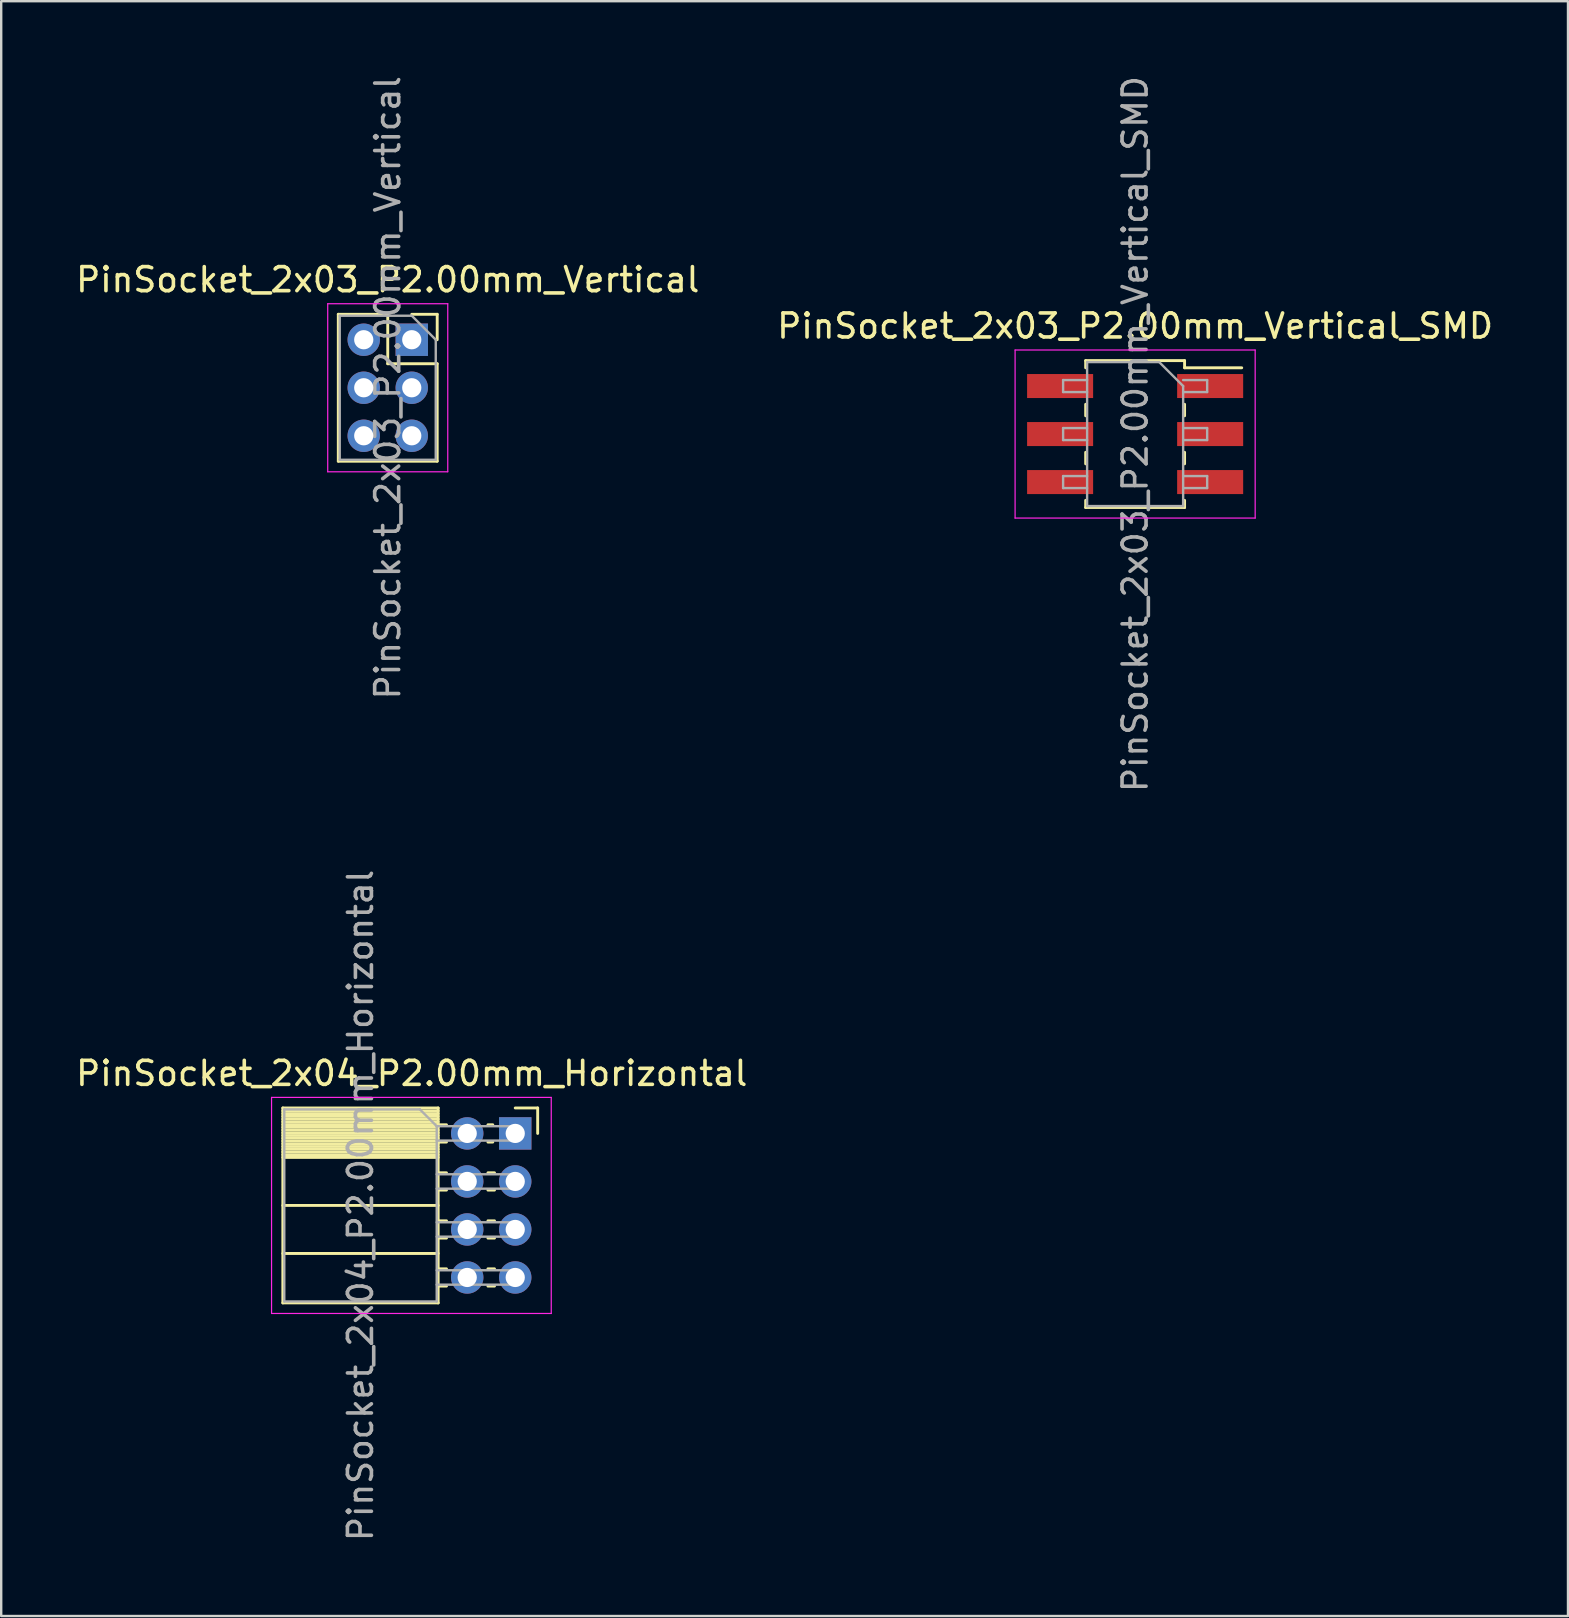
<source format=kicad_pcb>
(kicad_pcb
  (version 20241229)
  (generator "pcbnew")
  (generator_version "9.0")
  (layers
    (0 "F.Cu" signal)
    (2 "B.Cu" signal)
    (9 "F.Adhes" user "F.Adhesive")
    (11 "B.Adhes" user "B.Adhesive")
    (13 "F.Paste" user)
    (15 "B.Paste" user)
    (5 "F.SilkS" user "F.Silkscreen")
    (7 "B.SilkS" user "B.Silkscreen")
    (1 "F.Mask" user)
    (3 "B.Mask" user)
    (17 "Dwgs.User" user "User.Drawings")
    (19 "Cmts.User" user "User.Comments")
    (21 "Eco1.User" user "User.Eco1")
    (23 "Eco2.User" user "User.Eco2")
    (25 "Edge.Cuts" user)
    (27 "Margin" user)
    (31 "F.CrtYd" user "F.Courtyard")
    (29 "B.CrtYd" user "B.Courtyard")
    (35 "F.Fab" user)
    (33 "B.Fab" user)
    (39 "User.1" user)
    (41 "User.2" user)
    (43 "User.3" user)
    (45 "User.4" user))
  (footprint "PinSocket_2x03_P2.00mm_Vertical_SMD"
    (layer "F.Cu")
    (at 44.232 15.03)
    (property "Reference" "PinSocket_2x03_P2.00mm_Vertical_SMD" (at 0 -4.5 0) (layer "F.SilkS") (effects (font (size 1 1) (thickness 0.15))))
    (attr smd)
    (fp_line (start -2.06 -3.06) (end -2.06 -2.76) (stroke (width 0.12) (type solid)) (layer "F.SilkS"))
    (fp_line (start -2.06 -3.06) (end 2.06 -3.06) (stroke (width 0.12) (type solid)) (layer "F.SilkS"))
    (fp_line (start -2.06 -1.24) (end -2.06 -0.76) (stroke (width 0.12) (type solid)) (layer "F.SilkS"))
    (fp_line (start -2.06 0.76) (end -2.06 1.24) (stroke (width 0.12) (type solid)) (layer "F.SilkS"))
    (fp_line (start -2.06 2.76) (end -2.06 3.06) (stroke (width 0.12) (type solid)) (layer "F.SilkS"))
    (fp_line (start -2.06 3.06) (end 2.06 3.06) (stroke (width 0.12) (type solid)) (layer "F.SilkS"))
    (fp_line (start 2.06 -3.06) (end 2.06 -2.76) (stroke (width 0.12) (type solid)) (layer "F.SilkS"))
    (fp_line (start 2.06 -2.76) (end 4.44 -2.76) (stroke (width 0.12) (type solid)) (layer "F.SilkS"))
    (fp_line (start 2.06 -1.24) (end 2.06 -0.76) (stroke (width 0.12) (type solid)) (layer "F.SilkS"))
    (fp_line (start 2.06 0.76) (end 2.06 1.24) (stroke (width 0.12) (type solid)) (layer "F.SilkS"))
    (fp_line (start 2.06 2.76) (end 2.06 3.06) (stroke (width 0.12) (type solid)) (layer "F.SilkS"))
    (fp_line (start -5 -3.5) (end 5 -3.5) (stroke (width 0.05) (type solid)) (layer "F.CrtYd"))
    (fp_line (start -5 3.5) (end -5 -3.5) (stroke (width 0.05) (type solid)) (layer "F.CrtYd"))
    (fp_line (start 5 -3.5) (end 5 3.5) (stroke (width 0.05) (type solid)) (layer "F.CrtYd"))
    (fp_line (start 5 3.5) (end -5 3.5) (stroke (width 0.05) (type solid)) (layer "F.CrtYd"))
    (fp_line (start -3 -2.25) (end -2 -2.25) (stroke (width 0.1) (type solid)) (layer "F.Fab"))
    (fp_line (start -3 -1.75) (end -3 -2.25) (stroke (width 0.1) (type solid)) (layer "F.Fab"))
    (fp_line (start -3 -0.25) (end -2 -0.25) (stroke (width 0.1) (type solid)) (layer "F.Fab"))
    (fp_line (start -3 0.25) (end -3 -0.25) (stroke (width 0.1) (type solid)) (layer "F.Fab"))
    (fp_line (start -3 1.75) (end -2 1.75) (stroke (width 0.1) (type solid)) (layer "F.Fab"))
    (fp_line (start -3 2.25) (end -3 1.75) (stroke (width 0.1) (type solid)) (layer "F.Fab"))
    (fp_line (start -2 -3) (end 1 -3) (stroke (width 0.1) (type solid)) (layer "F.Fab"))
    (fp_line (start -2 -1.75) (end -3 -1.75) (stroke (width 0.1) (type solid)) (layer "F.Fab"))
    (fp_line (start -2 0.25) (end -3 0.25) (stroke (width 0.1) (type solid)) (layer "F.Fab"))
    (fp_line (start -2 2.25) (end -3 2.25) (stroke (width 0.1) (type solid)) (layer "F.Fab"))
    (fp_line (start -2 3) (end -2 -3) (stroke (width 0.1) (type solid)) (layer "F.Fab"))
    (fp_line (start 1 -3) (end 2 -2) (stroke (width 0.1) (type solid)) (layer "F.Fab"))
    (fp_line (start 2 -2.25) (end 3 -2.25) (stroke (width 0.1) (type solid)) (layer "F.Fab"))
    (fp_line (start 2 -2) (end 2 3) (stroke (width 0.1) (type solid)) (layer "F.Fab"))
    (fp_line (start 2 -0.25) (end 3 -0.25) (stroke (width 0.1) (type solid)) (layer "F.Fab"))
    (fp_line (start 2 1.75) (end 3 1.75) (stroke (width 0.1) (type solid)) (layer "F.Fab"))
    (fp_line (start 2 3) (end -2 3) (stroke (width 0.1) (type solid)) (layer "F.Fab"))
    (fp_line (start 3 -2.25) (end 3 -1.75) (stroke (width 0.1) (type solid)) (layer "F.Fab"))
    (fp_line (start 3 -1.75) (end 2 -1.75) (stroke (width 0.1) (type solid)) (layer "F.Fab"))
    (fp_line (start 3 -0.25) (end 3 0.25) (stroke (width 0.1) (type solid)) (layer "F.Fab"))
    (fp_line (start 3 0.25) (end 2 0.25) (stroke (width 0.1) (type solid)) (layer "F.Fab"))
    (fp_line (start 3 1.75) (end 3 2.25) (stroke (width 0.1) (type solid)) (layer "F.Fab"))
    (fp_line (start 3 2.25) (end 2 2.25) (stroke (width 0.1) (type solid)) (layer "F.Fab"))
    (fp_text user "${REFERENCE}" (at 0 0 90) (layer "F.Fab") (effects (font (size 1 1) (thickness 0.15))))
    (pad "1" smd rect (at 3.125 -2) (size 2.75 1) (layers "F.Cu" "F.Mask" "F.Paste"))
    (pad "2" smd rect (at -3.125 -2) (size 2.75 1) (layers "F.Cu" "F.Mask" "F.Paste"))
    (pad "3" smd rect (at 3.125 0) (size 2.75 1) (layers "F.Cu" "F.Mask" "F.Paste"))
    (pad "4" smd rect (at -3.125 0) (size 2.75 1) (layers "F.Cu" "F.Mask" "F.Paste"))
    (pad "5" smd rect (at 3.125 2) (size 2.75 1) (layers "F.Cu" "F.Mask" "F.Paste"))
    (pad "6" smd rect (at -3.125 2) (size 2.75 1) (layers "F.Cu" "F.Mask" "F.Paste")))
  (footprint "PinSocket_2x04_P2.00mm_Horizontal"
    (layer "F.Cu")
    (at 18.411 44.161)
    (property "Reference" "PinSocket_2x04_P2.00mm_Horizontal" (at -4.31 -2.5 0) (layer "F.SilkS") (effects (font (size 1 1) (thickness 0.15))))
    (attr through_hole)
    (fp_line (start -9.68 -1.06) (end -9.68 7.06) (stroke (width 0.12) (type solid)) (layer "F.SilkS"))
    (fp_line (start -9.68 -1.06) (end -3.21 -1.06) (stroke (width 0.12) (type solid)) (layer "F.SilkS"))
    (fp_line (start -9.68 -0.94) (end -3.21 -0.94) (stroke (width 0.12) (type solid)) (layer "F.SilkS"))
    (fp_line (start -9.68 -0.826) (end -3.21 -0.826) (stroke (width 0.12) (type solid)) (layer "F.SilkS"))
    (fp_line (start -9.68 -0.712) (end -3.21 -0.712) (stroke (width 0.12) (type solid)) (layer "F.SilkS"))
    (fp_line (start -9.68 -0.598) (end -3.21 -0.598) (stroke (width 0.12) (type solid)) (layer "F.SilkS"))
    (fp_line (start -9.68 -0.484) (end -3.21 -0.484) (stroke (width 0.12) (type solid)) (layer "F.SilkS"))
    (fp_line (start -9.68 -0.369) (end -3.21 -0.369) (stroke (width 0.12) (type solid)) (layer "F.SilkS"))
    (fp_line (start -9.68 -0.255) (end -3.21 -0.255) (stroke (width 0.12) (type solid)) (layer "F.SilkS"))
    (fp_line (start -9.68 -0.141) (end -3.21 -0.141) (stroke (width 0.12) (type solid)) (layer "F.SilkS"))
    (fp_line (start -9.68 -0.027) (end -3.21 -0.027) (stroke (width 0.12) (type solid)) (layer "F.SilkS"))
    (fp_line (start -9.68 0.087) (end -3.21 0.087) (stroke (width 0.12) (type solid)) (layer "F.SilkS"))
    (fp_line (start -9.68 0.201) (end -3.21 0.201) (stroke (width 0.12) (type solid)) (layer "F.SilkS"))
    (fp_line (start -9.68 0.315) (end -3.21 0.315) (stroke (width 0.12) (type solid)) (layer "F.SilkS"))
    (fp_line (start -9.68 0.429) (end -3.21 0.429) (stroke (width 0.12) (type solid)) (layer "F.SilkS"))
    (fp_line (start -9.68 0.544) (end -3.21 0.544) (stroke (width 0.12) (type solid)) (layer "F.SilkS"))
    (fp_line (start -9.68 0.658) (end -3.21 0.658) (stroke (width 0.12) (type solid)) (layer "F.SilkS"))
    (fp_line (start -9.68 0.772) (end -3.21 0.772) (stroke (width 0.12) (type solid)) (layer "F.SilkS"))
    (fp_line (start -9.68 0.886) (end -3.21 0.886) (stroke (width 0.12) (type solid)) (layer "F.SilkS"))
    (fp_line (start -9.68 1) (end -3.21 1) (stroke (width 0.12) (type solid)) (layer "F.SilkS"))
    (fp_line (start -9.68 3) (end -3.21 3) (stroke (width 0.12) (type solid)) (layer "F.SilkS"))
    (fp_line (start -9.68 5) (end -3.21 5) (stroke (width 0.12) (type solid)) (layer "F.SilkS"))
    (fp_line (start -9.68 7.06) (end -3.21 7.06) (stroke (width 0.12) (type solid)) (layer "F.SilkS"))
    (fp_line (start -3.21 -1.06) (end -3.21 7.06) (stroke (width 0.12) (type solid)) (layer "F.SilkS"))
    (fp_line (start -3.21 -0.36) (end -2.863 -0.36) (stroke (width 0.12) (type solid)) (layer "F.SilkS"))
    (fp_line (start -3.21 0.36) (end -2.863 0.36) (stroke (width 0.12) (type solid)) (layer "F.SilkS"))
    (fp_line (start -3.21 1.64) (end -2.863 1.64) (stroke (width 0.12) (type solid)) (layer "F.SilkS"))
    (fp_line (start -3.21 2.36) (end -2.863 2.36) (stroke (width 0.12) (type solid)) (layer "F.SilkS"))
    (fp_line (start -3.21 3.64) (end -2.863 3.64) (stroke (width 0.12) (type solid)) (layer "F.SilkS"))
    (fp_line (start -3.21 4.36) (end -2.863 4.36) (stroke (width 0.12) (type solid)) (layer "F.SilkS"))
    (fp_line (start -3.21 5.64) (end -2.863 5.64) (stroke (width 0.12) (type solid)) (layer "F.SilkS"))
    (fp_line (start -3.21 6.36) (end -2.863 6.36) (stroke (width 0.12) (type solid)) (layer "F.SilkS"))
    (fp_line (start -1.137 -0.36) (end -0.935 -0.36) (stroke (width 0.12) (type solid)) (layer "F.SilkS"))
    (fp_line (start -1.137 0.36) (end -0.935 0.36) (stroke (width 0.12) (type solid)) (layer "F.SilkS"))
    (fp_line (start -1.137 1.64) (end -0.863 1.64) (stroke (width 0.12) (type solid)) (layer "F.SilkS"))
    (fp_line (start -1.137 2.36) (end -0.863 2.36) (stroke (width 0.12) (type solid)) (layer "F.SilkS"))
    (fp_line (start -1.137 3.64) (end -0.863 3.64) (stroke (width 0.12) (type solid)) (layer "F.SilkS"))
    (fp_line (start -1.137 4.36) (end -0.863 4.36) (stroke (width 0.12) (type solid)) (layer "F.SilkS"))
    (fp_line (start -1.137 5.64) (end -0.863 5.64) (stroke (width 0.12) (type solid)) (layer "F.SilkS"))
    (fp_line (start -1.137 6.36) (end -0.863 6.36) (stroke (width 0.12) (type solid)) (layer "F.SilkS"))
    (fp_line (start 0 -1.06) (end 0.935 -1.06) (stroke (width 0.12) (type solid)) (layer "F.SilkS"))
    (fp_line (start 0.935 -1.06) (end 0.935 0) (stroke (width 0.12) (type solid)) (layer "F.SilkS"))
    (fp_line (start -10.15 -1.5) (end -10.15 7.5) (stroke (width 0.05) (type solid)) (layer "F.CrtYd"))
    (fp_line (start -10.15 7.5) (end 1.5 7.5) (stroke (width 0.05) (type solid)) (layer "F.CrtYd"))
    (fp_line (start 1.5 -1.5) (end -10.15 -1.5) (stroke (width 0.05) (type solid)) (layer "F.CrtYd"))
    (fp_line (start 1.5 7.5) (end 1.5 -1.5) (stroke (width 0.05) (type solid)) (layer "F.CrtYd"))
    (fp_line (start -9.62 -1) (end -3.97 -1) (stroke (width 0.1) (type solid)) (layer "F.Fab"))
    (fp_line (start -9.62 7) (end -9.62 -1) (stroke (width 0.1) (type solid)) (layer "F.Fab"))
    (fp_line (start -3.97 -1) (end -3.27 -0.3) (stroke (width 0.1) (type solid)) (layer "F.Fab"))
    (fp_line (start -3.27 -0.3) (end -3.27 7) (stroke (width 0.1) (type solid)) (layer "F.Fab"))
    (fp_line (start -3.27 0.3) (end 0 0.3) (stroke (width 0.1) (type solid)) (layer "F.Fab"))
    (fp_line (start -3.27 2.3) (end 0 2.3) (stroke (width 0.1) (type solid)) (layer "F.Fab"))
    (fp_line (start -3.27 4.3) (end 0 4.3) (stroke (width 0.1) (type solid)) (layer "F.Fab"))
    (fp_line (start -3.27 6.3) (end 0 6.3) (stroke (width 0.1) (type solid)) (layer "F.Fab"))
    (fp_line (start -3.27 7) (end -9.62 7) (stroke (width 0.1) (type solid)) (layer "F.Fab"))
    (fp_line (start 0 -0.3) (end -3.27 -0.3) (stroke (width 0.1) (type solid)) (layer "F.Fab"))
    (fp_line (start 0 0.3) (end 0 -0.3) (stroke (width 0.1) (type solid)) (layer "F.Fab"))
    (fp_line (start 0 1.7) (end -3.27 1.7) (stroke (width 0.1) (type solid)) (layer "F.Fab"))
    (fp_line (start 0 2.3) (end 0 1.7) (stroke (width 0.1) (type solid)) (layer "F.Fab"))
    (fp_line (start 0 3.7) (end -3.27 3.7) (stroke (width 0.1) (type solid)) (layer "F.Fab"))
    (fp_line (start 0 4.3) (end 0 3.7) (stroke (width 0.1) (type solid)) (layer "F.Fab"))
    (fp_line (start 0 5.7) (end -3.27 5.7) (stroke (width 0.1) (type solid)) (layer "F.Fab"))
    (fp_line (start 0 6.3) (end 0 5.7) (stroke (width 0.1) (type solid)) (layer "F.Fab"))
    (fp_text user "${REFERENCE}" (at -6.445 3 90) (layer "F.Fab") (effects (font (size 1 1) (thickness 0.15))))
    (pad "1" thru_hole rect (at 0 0) (size 1.35 1.35) (drill 0.8) (layers "*.Cu" "*.Mask"))
    (pad "2" thru_hole oval (at -2 0) (size 1.35 1.35) (drill 0.8) (layers "*.Cu" "*.Mask"))
    (pad "3" thru_hole oval (at 0 2) (size 1.35 1.35) (drill 0.8) (layers "*.Cu" "*.Mask"))
    (pad "4" thru_hole oval (at -2 2) (size 1.35 1.35) (drill 0.8) (layers "*.Cu" "*.Mask"))
    (pad "5" thru_hole oval (at 0 4) (size 1.35 1.35) (drill 0.8) (layers "*.Cu" "*.Mask"))
    (pad "6" thru_hole oval (at -2 4) (size 1.35 1.35) (drill 0.8) (layers "*.Cu" "*.Mask"))
    (pad "7" thru_hole oval (at 0 6) (size 1.35 1.35) (drill 0.8) (layers "*.Cu" "*.Mask"))
    (pad "8" thru_hole oval (at -2 6) (size 1.35 1.35) (drill 0.8) (layers "*.Cu" "*.Mask")))
  (footprint "PinSocket_2x03_P2.00mm_Vertical"
    (layer "F.Cu")
    (at 14.101 11.101)
    (property "Reference" "PinSocket_2x03_P2.00mm_Vertical" (at -1 -2.5 0) (layer "F.SilkS") (effects (font (size 1 1) (thickness 0.15))))
    (attr through_hole)
    (fp_line (start -3.06 -1.06) (end -3.06 5.06) (stroke (width 0.12) (type solid)) (layer "F.SilkS"))
    (fp_line (start -3.06 -1.06) (end -1 -1.06) (stroke (width 0.12) (type solid)) (layer "F.SilkS"))
    (fp_line (start -3.06 5.06) (end 1.06 5.06) (stroke (width 0.12) (type solid)) (layer "F.SilkS"))
    (fp_line (start -1 -1.06) (end -1 1) (stroke (width 0.12) (type solid)) (layer "F.SilkS"))
    (fp_line (start -1 1) (end 1.06 1) (stroke (width 0.12) (type solid)) (layer "F.SilkS"))
    (fp_line (start 0 -1.06) (end 1.06 -1.06) (stroke (width 0.12) (type solid)) (layer "F.SilkS"))
    (fp_line (start 1.06 -1.06) (end 1.06 0) (stroke (width 0.12) (type solid)) (layer "F.SilkS"))
    (fp_line (start 1.06 1) (end 1.06 5.06) (stroke (width 0.12) (type solid)) (layer "F.SilkS"))
    (fp_line (start -3.5 -1.5) (end 1.5 -1.5) (stroke (width 0.05) (type solid)) (layer "F.CrtYd"))
    (fp_line (start -3.5 5.5) (end -3.5 -1.5) (stroke (width 0.05) (type solid)) (layer "F.CrtYd"))
    (fp_line (start 1.5 -1.5) (end 1.5 5.5) (stroke (width 0.05) (type solid)) (layer "F.CrtYd"))
    (fp_line (start 1.5 5.5) (end -3.5 5.5) (stroke (width 0.05) (type solid)) (layer "F.CrtYd"))
    (fp_line (start -3 -1) (end 0 -1) (stroke (width 0.1) (type solid)) (layer "F.Fab"))
    (fp_line (start -3 5) (end -3 -1) (stroke (width 0.1) (type solid)) (layer "F.Fab"))
    (fp_line (start 0 -1) (end 1 0) (stroke (width 0.1) (type solid)) (layer "F.Fab"))
    (fp_line (start 1 0) (end 1 5) (stroke (width 0.1) (type solid)) (layer "F.Fab"))
    (fp_line (start 1 5) (end -3 5) (stroke (width 0.1) (type solid)) (layer "F.Fab"))
    (fp_text user "${REFERENCE}" (at -1 2 90) (layer "F.Fab") (effects (font (size 1 1) (thickness 0.15))))
    (pad "1" thru_hole rect (at 0 0) (size 1.35 1.35) (drill 0.8) (layers "*.Cu" "*.Mask"))
    (pad "2" thru_hole oval (at -2 0) (size 1.35 1.35) (drill 0.8) (layers "*.Cu" "*.Mask"))
    (pad "3" thru_hole oval (at 0 2) (size 1.35 1.35) (drill 0.8) (layers "*.Cu" "*.Mask"))
    (pad "4" thru_hole oval (at -2 2) (size 1.35 1.35) (drill 0.8) (layers "*.Cu" "*.Mask"))
    (pad "5" thru_hole oval (at 0 4) (size 1.35 1.35) (drill 0.8) (layers "*.Cu" "*.Mask"))
    (pad "6" thru_hole oval (at -2 4) (size 1.35 1.35) (drill 0.8) (layers "*.Cu" "*.Mask")))
  (gr_rect
    (start -3 -3)
    (end 62.262 64.262)
    (stroke (width 0.1) (type default))
    (fill no)
    (layer "Edge.Cuts")))
</source>
